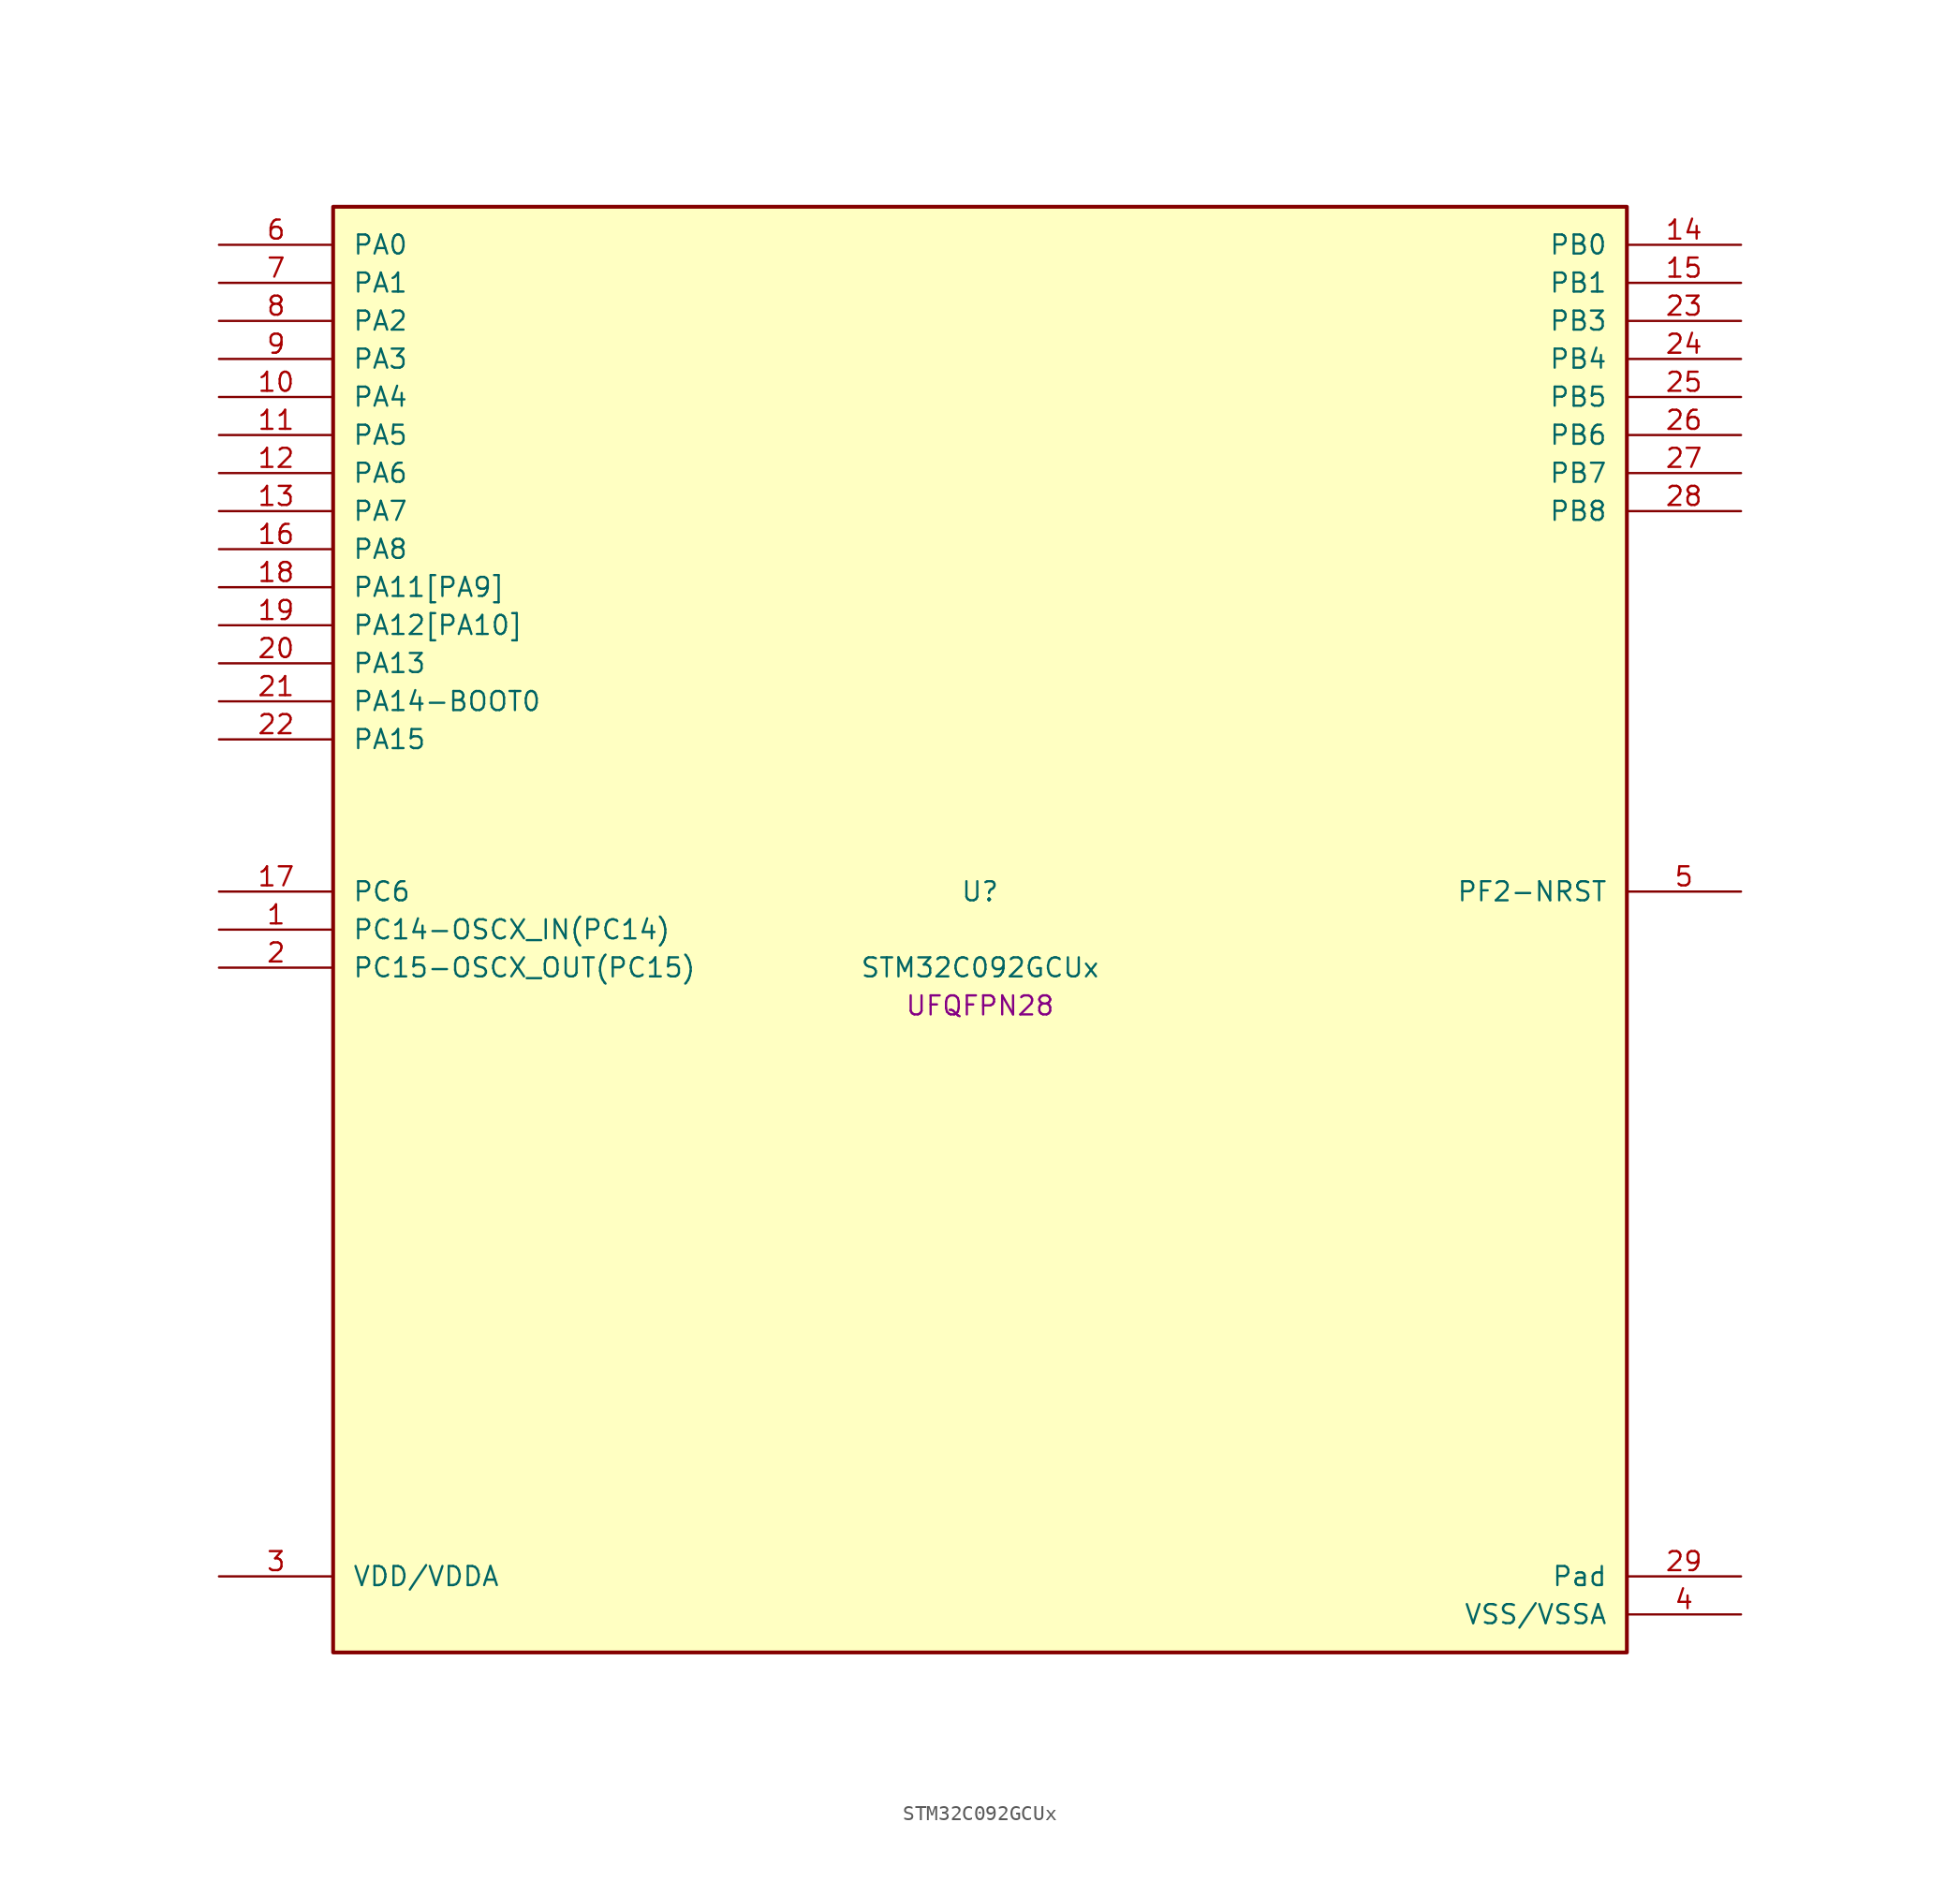
<source format=kicad_sym>
(kicad_symbol_lib
  (version 20241209)
  (generator "stm32_pkl_generator")
  (generator_version "1.0")
  (symbol "STM32C092GCUx"
    (pin_names
      (offset 1.27))
    (property "Reference" "U"
      (at 0 2.54 0))
    (property "Value" "STM32C092GCUx"
      (at 0 -2.54 0))
    (property "Footprint" "UFQFPN28"
      (at 0 -5.08 0))
    (symbol "STM32C092GCUx_1_1"
      (rectangle (start -43.18 48.26) (end 43.18 -48.26) (stroke (width 0.254) (type solid)) (fill (type background)))
      (pin bidirectional line (at -50.8 45.72 0) (length 7.62) (name "PA0") (number "6") (alternate "PA0/ADC1_IN0" bidirectional line) (alternate "PA0/PWR_WKUP1" bidirectional line) (alternate "PA0/SPI2_SCK" bidirectional line) (alternate "PA0/TIM16_CH1" bidirectional line) (alternate "PA0/TIM1_CH1" bidirectional line) (alternate "PA0/TIM2_CH1" bidirectional line) (alternate "PA0/TIM2_ETR" bidirectional line) (alternate "PA0/USART1_TX" bidirectional line) (alternate "PA0/USART2_CTS" bidirectional line) (alternate "PA0/USART2_NSS" bidirectional line) (alternate "PA0/USART4_TX" bidirectional line))
      (pin bidirectional line (at -50.8 43.18 0) (length 7.62) (name "PA1") (number "7") (alternate "PA1/ADC1_IN1" bidirectional line) (alternate "PA1/I2C1_SMBA" bidirectional line) (alternate "PA1/I2S1_CK" bidirectional line) (alternate "PA1/SPI1_SCK" bidirectional line) (alternate "PA1/TIM15_CH1N" bidirectional line) (alternate "PA1/TIM17_CH1" bidirectional line) (alternate "PA1/TIM1_CH2" bidirectional line) (alternate "PA1/TIM2_CH2" bidirectional line) (alternate "PA1/USART1_RX" bidirectional line) (alternate "PA1/USART2_CK" bidirectional line) (alternate "PA1/USART2_DE" bidirectional line) (alternate "PA1/USART2_RTS" bidirectional line) (alternate "PA1/USART4_RX" bidirectional line))
      (pin bidirectional line (at -50.8 40.64 0) (length 7.62) (name "PA2") (number "8") (alternate "PA2/ADC1_IN2" bidirectional line) (alternate "PA2/I2S1_SD" bidirectional line) (alternate "PA2/PWR_WKUP4" bidirectional line) (alternate "PA2/RCC_LSCO" bidirectional line) (alternate "PA2/SPI1_MOSI" bidirectional line) (alternate "PA2/TIM15_CH1" bidirectional line) (alternate "PA2/TIM16_CH1N" bidirectional line) (alternate "PA2/TIM1_CH3" bidirectional line) (alternate "PA2/TIM2_CH3" bidirectional line) (alternate "PA2/TIM3_ETR" bidirectional line) (alternate "PA2/USART2_TX" bidirectional line))
      (pin bidirectional line (at -50.8 38.1 0) (length 7.62) (name "PA3") (number "9") (alternate "PA3/ADC1_IN3" bidirectional line) (alternate "PA3/SPI2_MISO" bidirectional line) (alternate "PA3/TIM15_CH2" bidirectional line) (alternate "PA3/TIM1_CH1N" bidirectional line) (alternate "PA3/TIM1_CH4" bidirectional line) (alternate "PA3/TIM2_CH4" bidirectional line) (alternate "PA3/USART2_RX" bidirectional line))
      (pin bidirectional line (at -50.8 35.56 0) (length 7.62) (name "PA4") (number "10") (alternate "PA4/ADC1_IN4" bidirectional line) (alternate "PA4/I2S1_WS" bidirectional line) (alternate "PA4/PWR_WKUP2" bidirectional line) (alternate "PA4/RTC_OUT1" bidirectional line) (alternate "PA4/RTC_TS" bidirectional line) (alternate "PA4/SPI1_NSS" bidirectional line) (alternate "PA4/SPI2_MOSI" bidirectional line) (alternate "PA4/TIM14_CH1" bidirectional line) (alternate "PA4/TIM17_CH1N" bidirectional line) (alternate "PA4/TIM1_CH2N" bidirectional line) (alternate "PA4/USART2_TX" bidirectional line))
      (pin bidirectional line (at -50.8 33.02 0) (length 7.62) (name "PA5") (number "11") (alternate "PA5/ADC1_IN5" bidirectional line) (alternate "PA5/I2S1_CK" bidirectional line) (alternate "PA5/SPI1_SCK" bidirectional line) (alternate "PA5/TIM1_CH1" bidirectional line) (alternate "PA5/TIM1_CH3N" bidirectional line) (alternate "PA5/TIM2_CH1" bidirectional line) (alternate "PA5/TIM2_ETR" bidirectional line) (alternate "PA5/USART2_RX" bidirectional line) (alternate "PA5/USART3_TX" bidirectional line))
      (pin bidirectional line (at -50.8 30.48 0) (length 7.62) (name "PA6") (number "12") (alternate "PA6/ADC1_IN6" bidirectional line) (alternate "PA6/I2C2_SDA" bidirectional line) (alternate "PA6/I2S1_MCK" bidirectional line) (alternate "PA6/SPI1_MISO" bidirectional line) (alternate "PA6/TIM16_CH1" bidirectional line) (alternate "PA6/TIM1_BKIN" bidirectional line) (alternate "PA6/TIM3_CH1" bidirectional line) (alternate "PA6/USART3_CTS" bidirectional line) (alternate "PA6/USART3_NSS" bidirectional line))
      (pin bidirectional line (at -50.8 27.94 0) (length 7.62) (name "PA7") (number "13") (alternate "PA7/ADC1_IN7" bidirectional line) (alternate "PA7/I2C2_SCL" bidirectional line) (alternate "PA7/I2S1_SD" bidirectional line) (alternate "PA7/SPI1_MOSI" bidirectional line) (alternate "PA7/TIM14_CH1" bidirectional line) (alternate "PA7/TIM17_CH1" bidirectional line) (alternate "PA7/TIM1_CH1N" bidirectional line) (alternate "PA7/TIM3_CH2" bidirectional line))
      (pin bidirectional line (at -50.8 25.4 0) (length 7.62) (name "PA8") (number "16") (alternate "PA8/ADC1_IN8" bidirectional line) (alternate "PA8/I2S1_WS" bidirectional line) (alternate "PA8/RCC_MCO" bidirectional line) (alternate "PA8/RCC_MCO_2" bidirectional line) (alternate "PA8/SPI1_NSS" bidirectional line) (alternate "PA8/SPI2_MISO" bidirectional line) (alternate "PA8/SPI2_NSS" bidirectional line) (alternate "PA8/TIM14_CH1" bidirectional line) (alternate "PA8/TIM1_CH1" bidirectional line) (alternate "PA8/TIM1_CH2N" bidirectional line) (alternate "PA8/TIM1_CH3N" bidirectional line) (alternate "PA8/TIM3_CH3" bidirectional line) (alternate "PA8/TIM3_CH4" bidirectional line) (alternate "PA8/USART1_RX" bidirectional line) (alternate "PA8/USART2_TX" bidirectional line))
      (pin bidirectional line (at -50.8 22.86 0) (length 7.62) (name "PA11[PA9]") (number "18") (alternate "PA11[PA9]/ADC1_EXTI11" bidirectional line) (alternate "PA11[PA9]/FDCAN1_RX" bidirectional line) (alternate "PA11[PA9]/I2C2_SCL" bidirectional line) (alternate "PA11[PA9]/I2S1_MCK" bidirectional line) (alternate "PA11[PA9]/SPI1_MISO" bidirectional line) (alternate "PA11[PA9]/TIM1_BKIN2" bidirectional line) (alternate "PA11[PA9]/TIM1_CH4" bidirectional line) (alternate "PA11[PA9]/USART1_CTS" bidirectional line) (alternate "PA11[PA9]/USART1_NSS" bidirectional line) (alternate "PA11[PA9]/PA9[PA11]" bidirectional line) (alternate "PA11[PA9]/I2C1_SCL" bidirectional line) (alternate "PA11[PA9]/RCC_MCO" bidirectional line) (alternate "PA11[PA9]/SPI2_MISO" bidirectional line) (alternate "PA11[PA9]/TIM15_BKIN" bidirectional line) (alternate "PA11[PA9]/TIM1_CH2" bidirectional line) (alternate "PA11[PA9]/TIM3_ETR" bidirectional line) (alternate "PA11[PA9]/USART1_TX" bidirectional line))
      (pin bidirectional line (at -50.8 20.32 0) (length 7.62) (name "PA12[PA10]") (number "19") (alternate "PA12[PA10]/FDCAN1_TX" bidirectional line) (alternate "PA12[PA10]/I2C2_SDA" bidirectional line) (alternate "PA12[PA10]/I2S1_SD" bidirectional line) (alternate "PA12[PA10]/I2S_CKIN" bidirectional line) (alternate "PA12[PA10]/SPI1_MOSI" bidirectional line) (alternate "PA12[PA10]/TIM1_ETR" bidirectional line) (alternate "PA12[PA10]/USART1_CK" bidirectional line) (alternate "PA12[PA10]/USART1_DE" bidirectional line) (alternate "PA12[PA10]/USART1_RTS" bidirectional line) (alternate "PA12[PA10]/PA10[PA12]" bidirectional line) (alternate "PA12[PA10]/I2C1_SDA" bidirectional line) (alternate "PA12[PA10]/RCC_MCO_2" bidirectional line) (alternate "PA12[PA10]/SPI2_MOSI" bidirectional line) (alternate "PA12[PA10]/TIM17_BKIN" bidirectional line) (alternate "PA12[PA10]/TIM1_CH3" bidirectional line) (alternate "PA12[PA10]/USART1_RX" bidirectional line))
      (pin bidirectional line (at -50.8 17.78 0) (length 7.62) (name "PA13") (number "20") (alternate "PA13/ADC1_IN13" bidirectional line) (alternate "PA13/DEBUG_SWDIO" bidirectional line) (alternate "PA13/IR_OUT" bidirectional line) (alternate "PA13/TIM3_ETR" bidirectional line) (alternate "PA13/USART2_RX" bidirectional line))
      (pin bidirectional line (at -50.8 15.24 0) (length 7.62) (name "PA14-BOOT0") (number "21") (alternate "PA14-BOOT0/ADC1_IN14" bidirectional line) (alternate "PA14-BOOT0/BOOT0" bidirectional line) (alternate "PA14-BOOT0/DEBUG_SWCLK" bidirectional line) (alternate "PA14-BOOT0/I2S1_WS" bidirectional line) (alternate "PA14-BOOT0/RCC_MCO_2" bidirectional line) (alternate "PA14-BOOT0/SPI1_NSS" bidirectional line) (alternate "PA14-BOOT0/TIM1_CH1" bidirectional line) (alternate "PA14-BOOT0/USART1_CK" bidirectional line) (alternate "PA14-BOOT0/USART1_DE" bidirectional line) (alternate "PA14-BOOT0/USART1_RTS" bidirectional line) (alternate "PA14-BOOT0/USART2_RX" bidirectional line) (alternate "PA14-BOOT0/USART2_TX" bidirectional line))
      (pin bidirectional line (at -50.8 12.7 0) (length 7.62) (name "PA15") (number "22") (alternate "PA15/I2S1_WS" bidirectional line) (alternate "PA15/RCC_MCO_2" bidirectional line) (alternate "PA15/SPI1_NSS" bidirectional line) (alternate "PA15/TIM1_CH1" bidirectional line) (alternate "PA15/TIM2_CH1" bidirectional line) (alternate "PA15/TIM2_ETR" bidirectional line) (alternate "PA15/USART1_CK" bidirectional line) (alternate "PA15/USART1_DE" bidirectional line) (alternate "PA15/USART1_RTS" bidirectional line) (alternate "PA15/USART2_RX" bidirectional line) (alternate "PA15/USART3_CK" bidirectional line) (alternate "PA15/USART3_DE" bidirectional line) (alternate "PA15/USART3_RTS" bidirectional line) (alternate "PA15/USART4_CK" bidirectional line) (alternate "PA15/USART4_DE" bidirectional line) (alternate "PA15/USART4_RTS" bidirectional line))
      (pin bidirectional line (at 50.8 45.72 180) (length 7.62) (name "PB0") (number "14") (alternate "PB0/ADC1_IN17" bidirectional line) (alternate "PB0/FDCAN1_RX" bidirectional line) (alternate "PB0/I2S1_WS" bidirectional line) (alternate "PB0/SPI1_NSS" bidirectional line) (alternate "PB0/TIM1_CH2N" bidirectional line) (alternate "PB0/TIM3_CH3" bidirectional line) (alternate "PB0/USART3_RX" bidirectional line))
      (pin bidirectional line (at 50.8 43.18 180) (length 7.62) (name "PB1") (number "15") (alternate "PB1/ADC1_IN18" bidirectional line) (alternate "PB1/FDCAN1_TX" bidirectional line) (alternate "PB1/TIM14_CH1" bidirectional line) (alternate "PB1/TIM1_CH2N" bidirectional line) (alternate "PB1/TIM1_CH3N" bidirectional line) (alternate "PB1/TIM3_CH4" bidirectional line) (alternate "PB1/USART3_CK" bidirectional line) (alternate "PB1/USART3_DE" bidirectional line) (alternate "PB1/USART3_RTS" bidirectional line))
      (pin bidirectional line (at 50.8 40.64 180) (length 7.62) (name "PB3") (number "23") (alternate "PB3/I2C2_SCL" bidirectional line) (alternate "PB3/I2S1_CK" bidirectional line) (alternate "PB3/SPI1_SCK" bidirectional line) (alternate "PB3/TIM1_CH2" bidirectional line) (alternate "PB3/TIM2_CH2" bidirectional line) (alternate "PB3/TIM3_CH2" bidirectional line) (alternate "PB3/USART1_CK" bidirectional line) (alternate "PB3/USART1_DE" bidirectional line) (alternate "PB3/USART1_RTS" bidirectional line))
      (pin bidirectional line (at 50.8 38.1 180) (length 7.62) (name "PB4") (number "24") (alternate "PB4/I2C2_SDA" bidirectional line) (alternate "PB4/I2S1_MCK" bidirectional line) (alternate "PB4/SPI1_MISO" bidirectional line) (alternate "PB4/TIM17_BKIN" bidirectional line) (alternate "PB4/TIM3_CH1" bidirectional line) (alternate "PB4/USART1_CTS" bidirectional line) (alternate "PB4/USART1_NSS" bidirectional line))
      (pin bidirectional line (at 50.8 35.56 180) (length 7.62) (name "PB5") (number "25") (alternate "PB5/FDCAN1_RX" bidirectional line) (alternate "PB5/I2C1_SMBA" bidirectional line) (alternate "PB5/I2S1_SD" bidirectional line) (alternate "PB5/PWR_WKUP6" bidirectional line) (alternate "PB5/SPI1_MOSI" bidirectional line) (alternate "PB5/TIM16_BKIN" bidirectional line) (alternate "PB5/TIM3_CH2" bidirectional line) (alternate "PB5/TIM3_CH3" bidirectional line))
      (pin bidirectional line (at 50.8 33.02 180) (length 7.62) (name "PB6") (number "26") (alternate "PB6/FDCAN1_TX" bidirectional line) (alternate "PB6/I2C1_SCL" bidirectional line) (alternate "PB6/I2C1_SMBA" bidirectional line) (alternate "PB6/I2S1_CK" bidirectional line) (alternate "PB6/I2S1_MCK" bidirectional line) (alternate "PB6/I2S1_SD" bidirectional line) (alternate "PB6/PWR_WKUP3" bidirectional line) (alternate "PB6/SPI1_MISO" bidirectional line) (alternate "PB6/SPI1_MOSI" bidirectional line) (alternate "PB6/SPI1_SCK" bidirectional line) (alternate "PB6/SPI2_MISO" bidirectional line) (alternate "PB6/TIM16_BKIN" bidirectional line) (alternate "PB6/TIM16_CH1N" bidirectional line) (alternate "PB6/TIM1_CH2" bidirectional line) (alternate "PB6/TIM1_CH3" bidirectional line) (alternate "PB6/TIM3_CH1" bidirectional line) (alternate "PB6/TIM3_CH2" bidirectional line) (alternate "PB6/TIM3_CH3" bidirectional line) (alternate "PB6/USART1_CTS" bidirectional line) (alternate "PB6/USART1_NSS" bidirectional line) (alternate "PB6/USART1_TX" bidirectional line))
      (pin bidirectional line (at 50.8 30.48 180) (length 7.62) (name "PB7") (number "27") (alternate "PB7/I2C1_SCL" bidirectional line) (alternate "PB7/I2C1_SDA" bidirectional line) (alternate "PB7/RTC_REFIN" bidirectional line) (alternate "PB7/SPI2_MOSI" bidirectional line) (alternate "PB7/TIM16_CH1" bidirectional line) (alternate "PB7/TIM17_CH1N" bidirectional line) (alternate "PB7/TIM1_CH4" bidirectional line) (alternate "PB7/TIM3_CH1" bidirectional line) (alternate "PB7/TIM3_CH4" bidirectional line) (alternate "PB7/USART1_RX" bidirectional line) (alternate "PB7/USART2_CTS" bidirectional line) (alternate "PB7/USART2_NSS" bidirectional line) (alternate "PB7/USART4_CTS" bidirectional line) (alternate "PB7/USART4_NSS" bidirectional line))
      (pin bidirectional line (at 50.8 27.94 180) (length 7.62) (name "PB8") (number "28") (alternate "PB8/FDCAN1_RX" bidirectional line) (alternate "PB8/I2C1_SCL" bidirectional line) (alternate "PB8/SPI2_SCK" bidirectional line) (alternate "PB8/TIM15_BKIN" bidirectional line) (alternate "PB8/TIM16_CH1" bidirectional line) (alternate "PB8/TIM3_CH1" bidirectional line) (alternate "PB8/USART2_CTS" bidirectional line) (alternate "PB8/USART2_NSS" bidirectional line) (alternate "PB8/USART3_TX" bidirectional line))
      (pin bidirectional line (at -50.8 2.54 0) (length 7.62) (name "PC6") (number "17") (alternate "PC6/TIM2_CH3" bidirectional line) (alternate "PC6/TIM3_CH1" bidirectional line))
      (pin bidirectional line (at -50.8 0 0) (length 7.62) (name "PC14-OSCX_IN(PC14)") (number "1") (alternate "PC14-OSCX_IN(PC14)/FDCAN1_TX" bidirectional line) (alternate "PC14-OSCX_IN(PC14)/I2C1_SDA" bidirectional line) (alternate "PC14-OSCX_IN(PC14)/IR_OUT" bidirectional line) (alternate "PC14-OSCX_IN(PC14)/RCC_OSCX_IN" bidirectional line) (alternate "PC14-OSCX_IN(PC14)/SPI2_NSS" bidirectional line) (alternate "PC14-OSCX_IN(PC14)/TIM17_CH1" bidirectional line) (alternate "PC14-OSCX_IN(PC14)/TIM1_BKIN2" bidirectional line) (alternate "PC14-OSCX_IN(PC14)/TIM1_ETR" bidirectional line) (alternate "PC14-OSCX_IN(PC14)/TIM3_CH2" bidirectional line) (alternate "PC14-OSCX_IN(PC14)/USART1_TX" bidirectional line) (alternate "PC14-OSCX_IN(PC14)/USART2_CK" bidirectional line) (alternate "PC14-OSCX_IN(PC14)/USART2_DE" bidirectional line) (alternate "PC14-OSCX_IN(PC14)/USART2_RTS" bidirectional line) (alternate "PC14-OSCX_IN(PC14)/USART3_TX" bidirectional line))
      (pin bidirectional line (at -50.8 -2.54 0) (length 7.62) (name "PC15-OSCX_OUT(PC15)") (number "2") (alternate "PC15-OSCX_OUT(PC15)/RCC_OSC32_EN" bidirectional line) (alternate "PC15-OSCX_OUT(PC15)/RCC_OSCX_OUT" bidirectional line) (alternate "PC15-OSCX_OUT(PC15)/RCC_OSC_EN" bidirectional line) (alternate "PC15-OSCX_OUT(PC15)/TIM15_BKIN" bidirectional line) (alternate "PC15-OSCX_OUT(PC15)/TIM1_ETR" bidirectional line) (alternate "PC15-OSCX_OUT(PC15)/TIM3_CH3" bidirectional line))
      (pin bidirectional line (at 50.8 2.54 180) (length 7.62) (name "PF2-NRST") (number "5") (alternate "PF2-NRST/RCC_MCO" bidirectional line) (alternate "PF2-NRST/TIM1_CH4" bidirectional line))
      (pin power_in line (at -50.8 -43.18 0) (length 7.62) (name "VDD/VDDA") (number "3"))
      (pin passive line (at 50.8 -43.18 180) (length 7.62) (name "Pad") (number "29"))
      (pin power_in line (at 50.8 -45.72 180) (length 7.62) (name "VSS/VSSA") (number "4")))))
</source>
